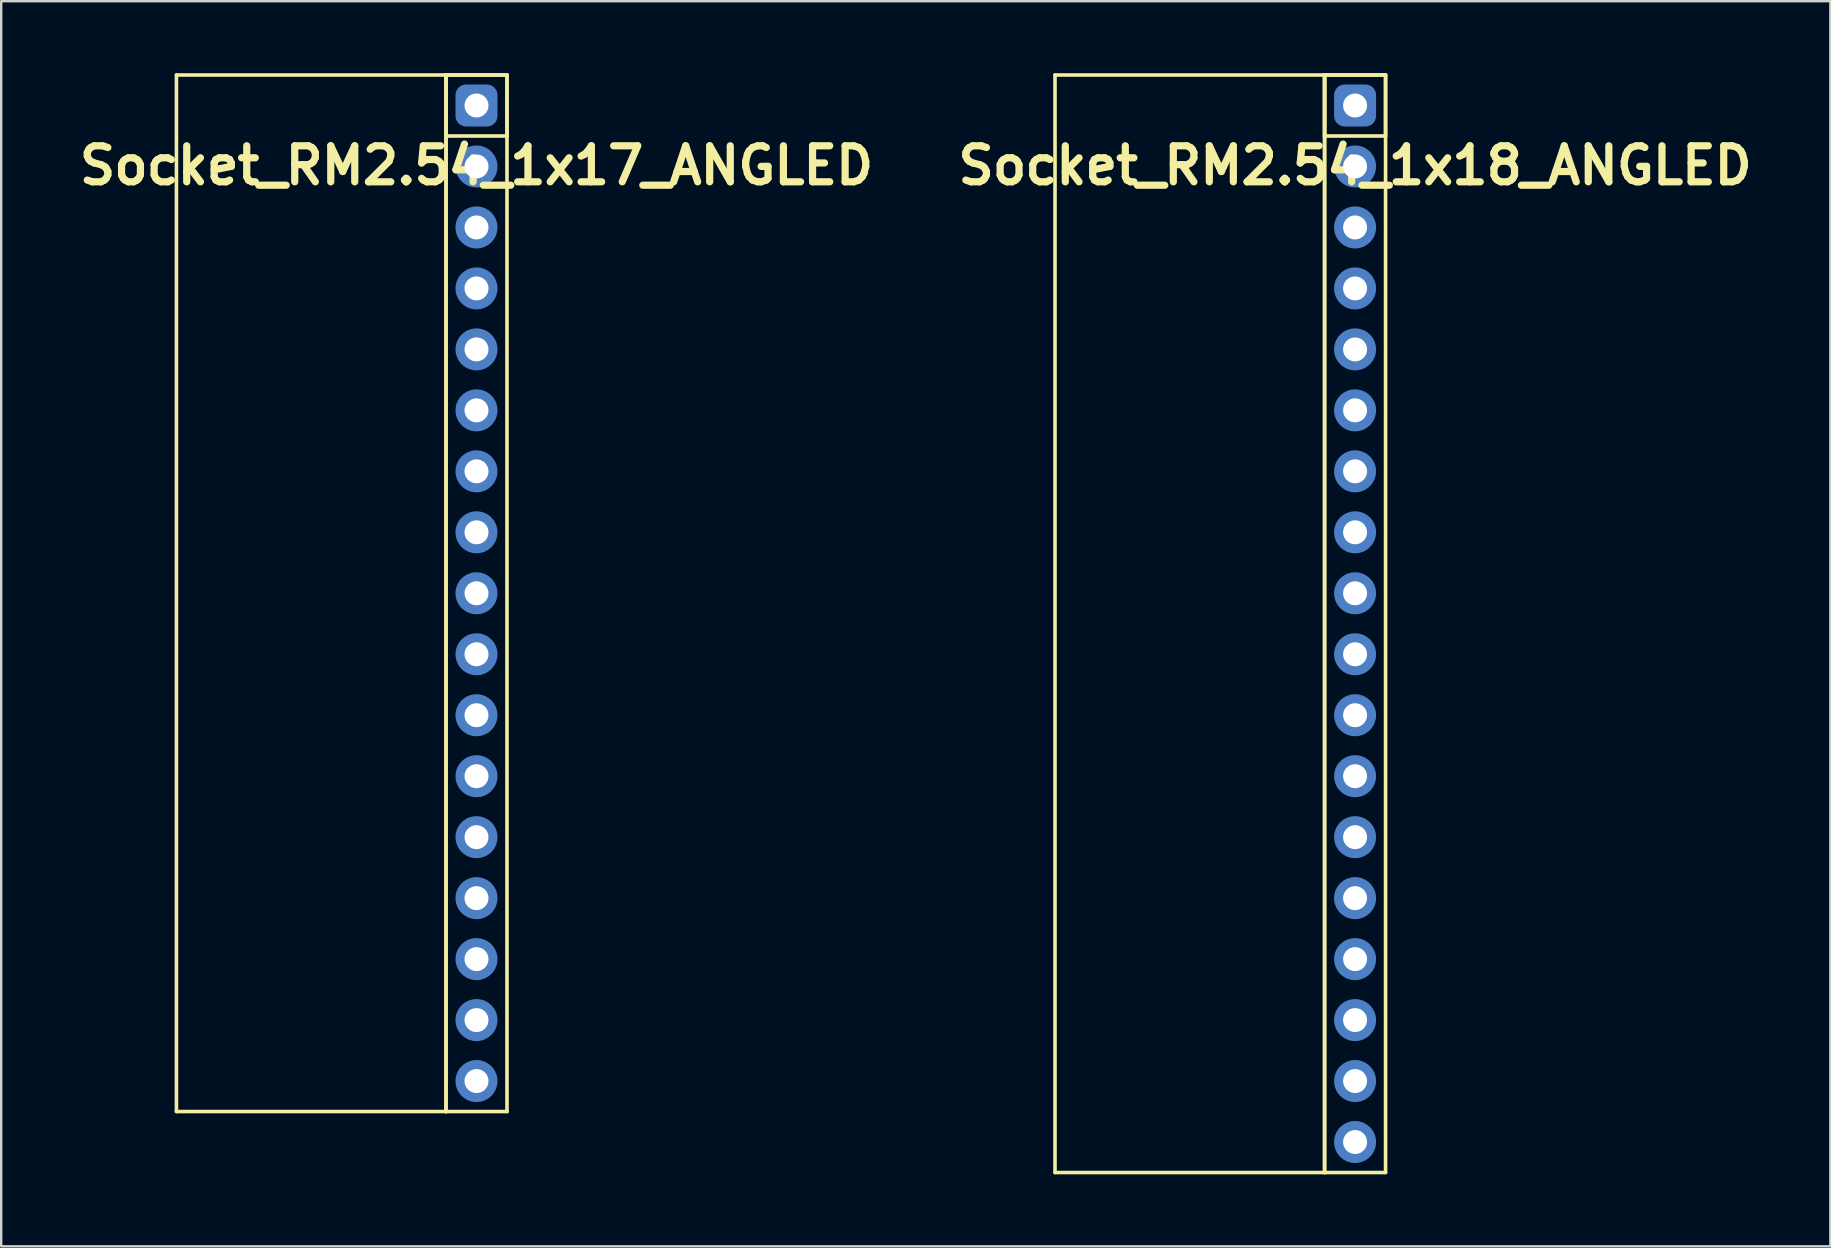
<source format=kicad_pcb>
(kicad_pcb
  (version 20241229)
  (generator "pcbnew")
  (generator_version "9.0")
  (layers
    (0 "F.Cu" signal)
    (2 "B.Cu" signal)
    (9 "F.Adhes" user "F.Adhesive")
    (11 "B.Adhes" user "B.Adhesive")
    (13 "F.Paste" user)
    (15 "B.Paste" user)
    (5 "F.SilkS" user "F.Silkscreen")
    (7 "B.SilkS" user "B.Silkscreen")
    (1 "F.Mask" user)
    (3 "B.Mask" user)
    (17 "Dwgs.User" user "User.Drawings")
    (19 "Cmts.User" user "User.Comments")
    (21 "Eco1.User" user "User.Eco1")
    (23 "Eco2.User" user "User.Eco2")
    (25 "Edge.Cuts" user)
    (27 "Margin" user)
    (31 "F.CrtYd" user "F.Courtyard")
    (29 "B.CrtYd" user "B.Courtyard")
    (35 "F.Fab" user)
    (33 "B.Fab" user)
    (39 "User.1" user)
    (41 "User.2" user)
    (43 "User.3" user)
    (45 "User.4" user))
  (footprint "Socket_RM2.54_1x18_ANGLED"
    (layer "F.Cu")
    (at 53.4 1.345)
    (property "Reference" "Socket_RM2.54_1x18_ANGLED" (at 0 2.5 0) (layer "F.SilkS") (effects (font (size 1.5 1.5) (thickness 0.3))))
    (attr through_hole)
    (fp_line (start -12.5 -1.27) (end -1.27 -1.27) (stroke (width 0.15) (type solid)) (layer "F.SilkS"))
    (fp_line (start -12.5 44.45) (end -12.5 -1.27) (stroke (width 0.15) (type solid)) (layer "F.SilkS"))
    (fp_line (start -1.27 -1.27) (end -1.27 44.45) (stroke (width 0.15) (type solid)) (layer "F.SilkS"))
    (fp_line (start -1.27 -1.27) (end 1.27 -1.27) (stroke (width 0.15) (type solid)) (layer "F.SilkS"))
    (fp_line (start -1.27 -1.27) (end 1.27 -1.27) (stroke (width 0.15) (type solid)) (layer "F.SilkS"))
    (fp_line (start -1.27 1.27) (end -1.27 -1.27) (stroke (width 0.15) (type solid)) (layer "F.SilkS"))
    (fp_line (start -1.27 44.45) (end -12.5 44.45) (stroke (width 0.15) (type solid)) (layer "F.SilkS"))
    (fp_line (start -1.27 44.45) (end -1.27 -1.27) (stroke (width 0.15) (type solid)) (layer "F.SilkS"))
    (fp_line (start 1.27 -1.27) (end 1.27 1.27) (stroke (width 0.15) (type solid)) (layer "F.SilkS"))
    (fp_line (start 1.27 -1.27) (end 1.27 44.45) (stroke (width 0.15) (type solid)) (layer "F.SilkS"))
    (fp_line (start 1.27 1.27) (end -1.27 1.27) (stroke (width 0.15) (type solid)) (layer "F.SilkS"))
    (fp_line (start 1.27 44.45) (end -1.27 44.45) (stroke (width 0.15) (type solid)) (layer "F.SilkS"))
    (pad "1" thru_hole circle (at 0 0) (size 1.3 1.3) (drill 1) (layers "*.Cu" "*.Mask"))
    (pad "1" smd roundrect (at 0 0) (size 1.5 1.5) (layers "F.Cu" "F.Mask") (roundrect_rratio 0.25))
    (pad "1" smd roundrect (at 0 0) (size 1.75 1.75) (layers "B.Cu" "B.Mask") (roundrect_rratio 0.25))
    (pad "2" thru_hole circle (at 0 2.54) (size 1.3 1.3) (drill 1) (layers "*.Cu" "*.Mask"))
    (pad "2" smd circle (at 0 2.54) (size 1.5 1.5) (layers "F.Cu" "F.Mask"))
    (pad "2" smd circle (at 0 2.54) (size 1.75 1.75) (layers "B.Cu" "B.Mask"))
    (pad "3" thru_hole circle (at 0 5.08) (size 1.3 1.3) (drill 1) (layers "*.Cu" "*.Mask"))
    (pad "3" smd circle (at 0 5.08) (size 1.5 1.5) (layers "F.Cu" "F.Mask"))
    (pad "3" smd circle (at 0 5.08) (size 1.75 1.75) (layers "B.Cu" "B.Mask"))
    (pad "4" thru_hole circle (at 0 7.62) (size 1.3 1.3) (drill 1) (layers "*.Cu" "*.Mask"))
    (pad "4" smd circle (at 0 7.62) (size 1.5 1.5) (layers "F.Cu" "F.Mask"))
    (pad "4" smd circle (at 0 7.62) (size 1.75 1.75) (layers "B.Cu" "B.Mask"))
    (pad "5" thru_hole circle (at 0 10.16) (size 1.3 1.3) (drill 1) (layers "*.Cu" "*.Mask"))
    (pad "5" smd circle (at 0 10.16) (size 1.5 1.5) (layers "F.Cu" "F.Mask"))
    (pad "5" smd circle (at 0 10.16) (size 1.75 1.75) (layers "B.Cu" "B.Mask"))
    (pad "6" thru_hole circle (at 0 12.7) (size 1.3 1.3) (drill 1) (layers "*.Cu" "*.Mask"))
    (pad "6" smd circle (at 0 12.7) (size 1.5 1.5) (layers "F.Cu" "F.Mask"))
    (pad "6" smd circle (at 0 12.7) (size 1.75 1.75) (layers "B.Cu" "B.Mask"))
    (pad "7" thru_hole circle (at 0 15.24) (size 1.3 1.3) (drill 1) (layers "*.Cu" "*.Mask"))
    (pad "7" smd circle (at 0 15.24) (size 1.5 1.5) (layers "F.Cu" "F.Mask"))
    (pad "7" smd circle (at 0 15.24) (size 1.75 1.75) (layers "B.Cu" "B.Mask"))
    (pad "8" thru_hole circle (at 0 17.78) (size 1.3 1.3) (drill 1) (layers "*.Cu" "*.Mask"))
    (pad "8" smd circle (at 0 17.78) (size 1.5 1.5) (layers "F.Cu" "F.Mask"))
    (pad "8" smd circle (at 0 17.78) (size 1.75 1.75) (layers "B.Cu" "B.Mask"))
    (pad "9" thru_hole circle (at 0 20.32) (size 1.3 1.3) (drill 1) (layers "*.Cu" "*.Mask"))
    (pad "9" smd circle (at 0 20.32) (size 1.5 1.5) (layers "F.Cu" "F.Mask"))
    (pad "9" smd circle (at 0 20.32) (size 1.75 1.75) (layers "B.Cu" "B.Mask"))
    (pad "10" thru_hole circle (at 0 22.86) (size 1.3 1.3) (drill 1) (layers "*.Cu" "*.Mask"))
    (pad "10" smd circle (at 0 22.86) (size 1.5 1.5) (layers "F.Cu" "F.Mask"))
    (pad "10" smd circle (at 0 22.86) (size 1.75 1.75) (layers "B.Cu" "B.Mask"))
    (pad "11" thru_hole circle (at 0 25.4) (size 1.3 1.3) (drill 1) (layers "*.Cu" "*.Mask"))
    (pad "11" smd circle (at 0 25.4) (size 1.5 1.5) (layers "F.Cu" "F.Mask"))
    (pad "11" smd circle (at 0 25.4) (size 1.75 1.75) (layers "B.Cu" "B.Mask"))
    (pad "12" thru_hole circle (at 0 27.94) (size 1.3 1.3) (drill 1) (layers "*.Cu" "*.Mask"))
    (pad "12" smd circle (at 0 27.94) (size 1.5 1.5) (layers "F.Cu" "F.Mask"))
    (pad "12" smd circle (at 0 27.94) (size 1.75 1.75) (layers "B.Cu" "B.Mask"))
    (pad "13" thru_hole circle (at 0 30.48) (size 1.3 1.3) (drill 1) (layers "*.Cu" "*.Mask"))
    (pad "13" smd circle (at 0 30.48) (size 1.5 1.5) (layers "F.Cu" "F.Mask"))
    (pad "13" smd circle (at 0 30.48) (size 1.75 1.75) (layers "B.Cu" "B.Mask"))
    (pad "14" thru_hole circle (at 0 33.02) (size 1.3 1.3) (drill 1) (layers "*.Cu" "*.Mask"))
    (pad "14" smd circle (at 0 33.02) (size 1.5 1.5) (layers "F.Cu" "F.Mask"))
    (pad "14" smd circle (at 0 33.02) (size 1.75 1.75) (layers "B.Cu" "B.Mask"))
    (pad "15" thru_hole circle (at 0 35.56) (size 1.3 1.3) (drill 1) (layers "*.Cu" "*.Mask"))
    (pad "15" smd circle (at 0 35.56) (size 1.5 1.5) (layers "F.Cu" "F.Mask"))
    (pad "15" smd circle (at 0 35.56) (size 1.75 1.75) (layers "B.Cu" "B.Mask"))
    (pad "16" thru_hole circle (at 0 38.1) (size 1.3 1.3) (drill 1) (layers "*.Cu" "*.Mask"))
    (pad "16" smd circle (at 0 38.1) (size 1.5 1.5) (layers "F.Cu" "F.Mask"))
    (pad "16" smd circle (at 0 38.1) (size 1.75 1.75) (layers "B.Cu" "B.Mask"))
    (pad "17" thru_hole circle (at 0 40.64) (size 1.3 1.3) (drill 1) (layers "*.Cu" "*.Mask"))
    (pad "17" smd circle (at 0 40.64) (size 1.5 1.5) (layers "F.Cu" "F.Mask"))
    (pad "17" smd circle (at 0 40.64) (size 1.75 1.75) (layers "B.Cu" "B.Mask"))
    (pad "18" thru_hole circle (at 0 43.18) (size 1.3 1.3) (drill 1) (layers "*.Cu" "*.Mask"))
    (pad "18" smd circle (at 0 43.18) (size 1.5 1.5) (layers "F.Cu" "F.Mask"))
    (pad "18" smd circle (at 0 43.18) (size 1.75 1.75) (layers "B.Cu" "B.Mask")))
  (footprint "Socket_RM2.54_1x17_ANGLED"
    (layer "F.Cu")
    (at 16.8 1.345)
    (property "Reference" "Socket_RM2.54_1x17_ANGLED" (at 0 2.5 0) (layer "F.SilkS") (effects (font (size 1.5 1.5) (thickness 0.3))))
    (attr through_hole)
    (fp_line (start -12.5 -1.27) (end -1.27 -1.27) (stroke (width 0.15) (type solid)) (layer "F.SilkS"))
    (fp_line (start -12.5 41.91) (end -12.5 -1.27) (stroke (width 0.15) (type solid)) (layer "F.SilkS"))
    (fp_line (start -1.27 -1.27) (end -1.27 41.91) (stroke (width 0.15) (type solid)) (layer "F.SilkS"))
    (fp_line (start -1.27 -1.27) (end 1.27 -1.27) (stroke (width 0.15) (type solid)) (layer "F.SilkS"))
    (fp_line (start -1.27 -1.27) (end 1.27 -1.27) (stroke (width 0.15) (type solid)) (layer "F.SilkS"))
    (fp_line (start -1.27 1.27) (end -1.27 -1.27) (stroke (width 0.15) (type solid)) (layer "F.SilkS"))
    (fp_line (start -1.27 41.91) (end -12.5 41.91) (stroke (width 0.15) (type solid)) (layer "F.SilkS"))
    (fp_line (start -1.27 41.91) (end -1.27 -1.27) (stroke (width 0.15) (type solid)) (layer "F.SilkS"))
    (fp_line (start 1.27 -1.27) (end 1.27 1.27) (stroke (width 0.15) (type solid)) (layer "F.SilkS"))
    (fp_line (start 1.27 -1.27) (end 1.27 41.91) (stroke (width 0.15) (type solid)) (layer "F.SilkS"))
    (fp_line (start 1.27 1.27) (end -1.27 1.27) (stroke (width 0.15) (type solid)) (layer "F.SilkS"))
    (fp_line (start 1.27 41.91) (end -1.27 41.91) (stroke (width 0.15) (type solid)) (layer "F.SilkS"))
    (pad "1" thru_hole circle (at 0 0) (size 1.3 1.3) (drill 1) (layers "*.Cu" "*.Mask"))
    (pad "1" smd roundrect (at 0 0) (size 1.5 1.5) (layers "F.Cu" "F.Mask") (roundrect_rratio 0.25))
    (pad "1" smd roundrect (at 0 0) (size 1.75 1.75) (layers "B.Cu" "B.Mask") (roundrect_rratio 0.25))
    (pad "2" thru_hole circle (at 0 2.54) (size 1.3 1.3) (drill 1) (layers "*.Cu" "*.Mask"))
    (pad "2" smd circle (at 0 2.54) (size 1.5 1.5) (layers "F.Cu" "F.Mask"))
    (pad "2" smd circle (at 0 2.54) (size 1.75 1.75) (layers "B.Cu" "B.Mask"))
    (pad "3" thru_hole circle (at 0 5.08) (size 1.3 1.3) (drill 1) (layers "*.Cu" "*.Mask"))
    (pad "3" smd circle (at 0 5.08) (size 1.5 1.5) (layers "F.Cu" "F.Mask"))
    (pad "3" smd circle (at 0 5.08) (size 1.75 1.75) (layers "B.Cu" "B.Mask"))
    (pad "4" thru_hole circle (at 0 7.62) (size 1.3 1.3) (drill 1) (layers "*.Cu" "*.Mask"))
    (pad "4" smd circle (at 0 7.62) (size 1.5 1.5) (layers "F.Cu" "F.Mask"))
    (pad "4" smd circle (at 0 7.62) (size 1.75 1.75) (layers "B.Cu" "B.Mask"))
    (pad "5" thru_hole circle (at 0 10.16) (size 1.3 1.3) (drill 1) (layers "*.Cu" "*.Mask"))
    (pad "5" smd circle (at 0 10.16) (size 1.5 1.5) (layers "F.Cu" "F.Mask"))
    (pad "5" smd circle (at 0 10.16) (size 1.75 1.75) (layers "B.Cu" "B.Mask"))
    (pad "6" thru_hole circle (at 0 12.7) (size 1.3 1.3) (drill 1) (layers "*.Cu" "*.Mask"))
    (pad "6" smd circle (at 0 12.7) (size 1.5 1.5) (layers "F.Cu" "F.Mask"))
    (pad "6" smd circle (at 0 12.7) (size 1.75 1.75) (layers "B.Cu" "B.Mask"))
    (pad "7" thru_hole circle (at 0 15.24) (size 1.3 1.3) (drill 1) (layers "*.Cu" "*.Mask"))
    (pad "7" smd circle (at 0 15.24) (size 1.5 1.5) (layers "F.Cu" "F.Mask"))
    (pad "7" smd circle (at 0 15.24) (size 1.75 1.75) (layers "B.Cu" "B.Mask"))
    (pad "8" thru_hole circle (at 0 17.78) (size 1.3 1.3) (drill 1) (layers "*.Cu" "*.Mask"))
    (pad "8" smd circle (at 0 17.78) (size 1.5 1.5) (layers "F.Cu" "F.Mask"))
    (pad "8" smd circle (at 0 17.78) (size 1.75 1.75) (layers "B.Cu" "B.Mask"))
    (pad "9" thru_hole circle (at 0 20.32) (size 1.3 1.3) (drill 1) (layers "*.Cu" "*.Mask"))
    (pad "9" smd circle (at 0 20.32) (size 1.5 1.5) (layers "F.Cu" "F.Mask"))
    (pad "9" smd circle (at 0 20.32) (size 1.75 1.75) (layers "B.Cu" "B.Mask"))
    (pad "10" thru_hole circle (at 0 22.86) (size 1.3 1.3) (drill 1) (layers "*.Cu" "*.Mask"))
    (pad "10" smd circle (at 0 22.86) (size 1.5 1.5) (layers "F.Cu" "F.Mask"))
    (pad "10" smd circle (at 0 22.86) (size 1.75 1.75) (layers "B.Cu" "B.Mask"))
    (pad "11" thru_hole circle (at 0 25.4) (size 1.3 1.3) (drill 1) (layers "*.Cu" "*.Mask"))
    (pad "11" smd circle (at 0 25.4) (size 1.5 1.5) (layers "F.Cu" "F.Mask"))
    (pad "11" smd circle (at 0 25.4) (size 1.75 1.75) (layers "B.Cu" "B.Mask"))
    (pad "12" thru_hole circle (at 0 27.94) (size 1.3 1.3) (drill 1) (layers "*.Cu" "*.Mask"))
    (pad "12" smd circle (at 0 27.94) (size 1.5 1.5) (layers "F.Cu" "F.Mask"))
    (pad "12" smd circle (at 0 27.94) (size 1.75 1.75) (layers "B.Cu" "B.Mask"))
    (pad "13" thru_hole circle (at 0 30.48) (size 1.3 1.3) (drill 1) (layers "*.Cu" "*.Mask"))
    (pad "13" smd circle (at 0 30.48) (size 1.5 1.5) (layers "F.Cu" "F.Mask"))
    (pad "13" smd circle (at 0 30.48) (size 1.75 1.75) (layers "B.Cu" "B.Mask"))
    (pad "14" thru_hole circle (at 0 33.02) (size 1.3 1.3) (drill 1) (layers "*.Cu" "*.Mask"))
    (pad "14" smd circle (at 0 33.02) (size 1.5 1.5) (layers "F.Cu" "F.Mask"))
    (pad "14" smd circle (at 0 33.02) (size 1.75 1.75) (layers "B.Cu" "B.Mask"))
    (pad "15" thru_hole circle (at 0 35.56) (size 1.3 1.3) (drill 1) (layers "*.Cu" "*.Mask"))
    (pad "15" smd circle (at 0 35.56) (size 1.5 1.5) (layers "F.Cu" "F.Mask"))
    (pad "15" smd circle (at 0 35.56) (size 1.75 1.75) (layers "B.Cu" "B.Mask"))
    (pad "16" thru_hole circle (at 0 38.1) (size 1.3 1.3) (drill 1) (layers "*.Cu" "*.Mask"))
    (pad "16" smd circle (at 0 38.1) (size 1.5 1.5) (layers "F.Cu" "F.Mask"))
    (pad "16" smd circle (at 0 38.1) (size 1.75 1.75) (layers "B.Cu" "B.Mask"))
    (pad "17" thru_hole circle (at 0 40.64) (size 1.3 1.3) (drill 1) (layers "*.Cu" "*.Mask"))
    (pad "17" smd circle (at 0 40.64) (size 1.5 1.5) (layers "F.Cu" "F.Mask"))
    (pad "17" smd circle (at 0 40.64) (size 1.75 1.75) (layers "B.Cu" "B.Mask")))
  (gr_rect
    (start -3 -3)
    (end 73.2 48.87)
    (stroke (width 0.1) (type default))
    (fill no)
    (layer "Edge.Cuts")))
</source>
